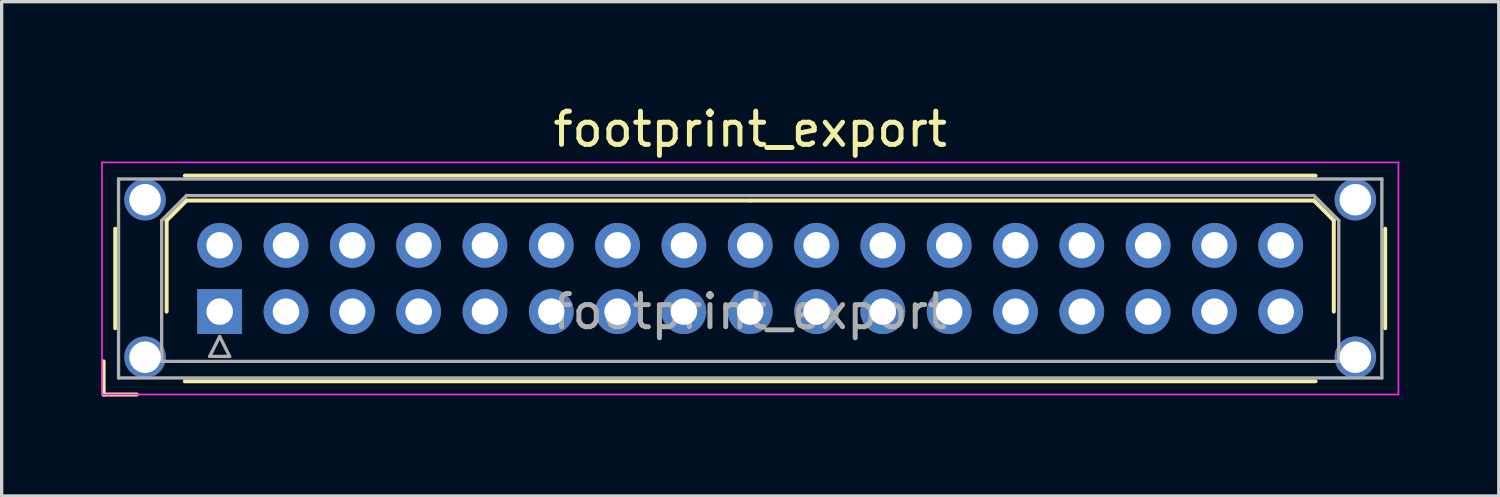
<source format=kicad_pcb>
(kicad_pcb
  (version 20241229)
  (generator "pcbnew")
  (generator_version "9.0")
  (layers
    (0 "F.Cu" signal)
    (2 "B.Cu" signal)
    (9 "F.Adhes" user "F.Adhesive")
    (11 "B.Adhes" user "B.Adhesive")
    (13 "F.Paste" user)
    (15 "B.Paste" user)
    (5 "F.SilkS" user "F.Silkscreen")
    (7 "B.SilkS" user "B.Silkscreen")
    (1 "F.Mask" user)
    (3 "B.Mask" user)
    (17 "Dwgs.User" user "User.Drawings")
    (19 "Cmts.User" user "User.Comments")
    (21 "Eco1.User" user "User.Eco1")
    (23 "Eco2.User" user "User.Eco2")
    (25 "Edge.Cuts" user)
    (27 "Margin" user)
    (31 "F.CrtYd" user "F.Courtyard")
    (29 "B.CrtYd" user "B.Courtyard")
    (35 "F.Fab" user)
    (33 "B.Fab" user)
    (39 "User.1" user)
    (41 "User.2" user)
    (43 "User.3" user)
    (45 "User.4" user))
  (footprint "footprint_export"
    (layer "F.Cu")
    (at 3.575 6.348)
    (property "Reference" "footprint_export" (at 16 -5.5 0) (layer "F.SilkS") (effects (font (size 1 1) (thickness 0.15))))
    (attr through_hole)
    (fp_line (start -3.5 1.5) (end -3.5 2.5) (stroke (width 0.12) (type solid)) (layer "F.SilkS"))
    (fp_line (start -3.5 2.5) (end -2.5 2.5) (stroke (width 0.12) (type solid)) (layer "F.SilkS"))
    (fp_line (start -3.15 -2.5) (end -3.15 0.5) (stroke (width 0.12) (type solid)) (layer "F.SilkS"))
    (fp_line (start -1.6 -2.75) (end -1 -3.35) (stroke (width 0.12) (type solid)) (layer "F.SilkS"))
    (fp_line (start -1.6 0) (end -1.6 -2.75) (stroke (width 0.12) (type solid)) (layer "F.SilkS"))
    (fp_line (start -1.05 -4.1) (end 33.05 -4.1) (stroke (width 0.12) (type solid)) (layer "F.SilkS"))
    (fp_line (start -1.05 2.1) (end 33.05 2.1) (stroke (width 0.12) (type solid)) (layer "F.SilkS"))
    (fp_line (start -1 -3.35) (end 16 -3.35) (stroke (width 0.12) (type solid)) (layer "F.SilkS"))
    (fp_line (start 33 -3.35) (end 16 -3.35) (stroke (width 0.12) (type solid)) (layer "F.SilkS"))
    (fp_line (start 33.6 -2.75) (end 33 -3.35) (stroke (width 0.12) (type solid)) (layer "F.SilkS"))
    (fp_line (start 33.6 0) (end 33.6 -2.75) (stroke (width 0.12) (type solid)) (layer "F.SilkS"))
    (fp_line (start 35.15 -2.5) (end 35.15 0.5) (stroke (width 0.12) (type solid)) (layer "F.SilkS"))
    (fp_line (start -3.55 -4.5) (end -3.55 2.5) (stroke (width 0.05) (type solid)) (layer "F.CrtYd"))
    (fp_line (start -3.55 2.5) (end 35.55 2.5) (stroke (width 0.05) (type solid)) (layer "F.CrtYd"))
    (fp_line (start 35.55 -4.5) (end -3.55 -4.5) (stroke (width 0.05) (type solid)) (layer "F.CrtYd"))
    (fp_line (start 35.55 2.5) (end 35.55 -4.5) (stroke (width 0.05) (type solid)) (layer "F.CrtYd"))
    (fp_line (start -3.05 -4) (end -3.05 2) (stroke (width 0.1) (type solid)) (layer "F.Fab"))
    (fp_line (start -3.05 2) (end 35.05 2) (stroke (width 0.1) (type solid)) (layer "F.Fab"))
    (fp_line (start -1.75 -2.75) (end -1 -3.5) (stroke (width 0.1) (type solid)) (layer "F.Fab"))
    (fp_line (start -1.75 1.5) (end -1.75 -2.75) (stroke (width 0.1) (type solid)) (layer "F.Fab"))
    (fp_line (start -1 -3.5) (end 33 -3.5) (stroke (width 0.1) (type solid)) (layer "F.Fab"))
    (fp_line (start -0.3 1.35) (end 0.3 1.35) (stroke (width 0.1) (type solid)) (layer "F.Fab"))
    (fp_line (start 0 0.75) (end -0.3 1.35) (stroke (width 0.1) (type solid)) (layer "F.Fab"))
    (fp_line (start 0.3 1.35) (end 0 0.75) (stroke (width 0.1) (type solid)) (layer "F.Fab"))
    (fp_line (start 33 -3.5) (end 33.75 -2.75) (stroke (width 0.1) (type solid)) (layer "F.Fab"))
    (fp_line (start 33.75 -2.75) (end 33.75 1.5) (stroke (width 0.1) (type solid)) (layer "F.Fab"))
    (fp_line (start 33.75 1.5) (end -1.75 1.5) (stroke (width 0.1) (type solid)) (layer "F.Fab"))
    (fp_line (start 35.05 -4) (end -3.05 -4) (stroke (width 0.1) (type solid)) (layer "F.Fab"))
    (fp_line (start 35.05 2) (end 35.05 -4) (stroke (width 0.1) (type solid)) (layer "F.Fab"))
    (fp_text user "${REFERENCE}" (at 16 0 0) (layer "F.Fab") (effects (font (size 1 1) (thickness 0.15))))
    (pad "" thru_hole circle (at -2.25 -3.375) (size 1.25 1.25) (drill 0.95) (layers "*.Cu" "*.Mask"))
    (pad "" thru_hole circle (at -2.25 1.375) (size 1.25 1.25) (drill 0.95) (layers "*.Cu" "*.Mask"))
    (pad "" thru_hole circle (at 34.25 -3.375) (size 1.25 1.25) (drill 0.95) (layers "*.Cu" "*.Mask"))
    (pad "" thru_hole circle (at 34.25 1.375) (size 1.25 1.25) (drill 0.95) (layers "*.Cu" "*.Mask"))
    (pad "1" thru_hole rect (at 0 0) (size 1.35 1.35) (drill 0.8) (layers "*.Cu" "*.Mask"))
    (pad "2" thru_hole circle (at 0 -2) (size 1.35 1.35) (drill 0.8) (layers "*.Cu" "*.Mask"))
    (pad "3" thru_hole circle (at 2 0) (size 1.35 1.35) (drill 0.8) (layers "*.Cu" "*.Mask"))
    (pad "4" thru_hole circle (at 2 -2) (size 1.35 1.35) (drill 0.8) (layers "*.Cu" "*.Mask"))
    (pad "5" thru_hole circle (at 4 0) (size 1.35 1.35) (drill 0.8) (layers "*.Cu" "*.Mask"))
    (pad "6" thru_hole circle (at 4 -2) (size 1.35 1.35) (drill 0.8) (layers "*.Cu" "*.Mask"))
    (pad "7" thru_hole circle (at 6 0) (size 1.35 1.35) (drill 0.8) (layers "*.Cu" "*.Mask"))
    (pad "8" thru_hole circle (at 6 -2) (size 1.35 1.35) (drill 0.8) (layers "*.Cu" "*.Mask"))
    (pad "9" thru_hole circle (at 8 0) (size 1.35 1.35) (drill 0.8) (layers "*.Cu" "*.Mask"))
    (pad "10" thru_hole circle (at 8 -2) (size 1.35 1.35) (drill 0.8) (layers "*.Cu" "*.Mask"))
    (pad "11" thru_hole circle (at 10 0) (size 1.35 1.35) (drill 0.8) (layers "*.Cu" "*.Mask"))
    (pad "12" thru_hole circle (at 10 -2) (size 1.35 1.35) (drill 0.8) (layers "*.Cu" "*.Mask"))
    (pad "13" thru_hole circle (at 12 0) (size 1.35 1.35) (drill 0.8) (layers "*.Cu" "*.Mask"))
    (pad "14" thru_hole circle (at 12 -2) (size 1.35 1.35) (drill 0.8) (layers "*.Cu" "*.Mask"))
    (pad "15" thru_hole circle (at 14 0) (size 1.35 1.35) (drill 0.8) (layers "*.Cu" "*.Mask"))
    (pad "16" thru_hole circle (at 14 -2) (size 1.35 1.35) (drill 0.8) (layers "*.Cu" "*.Mask"))
    (pad "17" thru_hole circle (at 16 0) (size 1.35 1.35) (drill 0.8) (layers "*.Cu" "*.Mask"))
    (pad "18" thru_hole circle (at 16 -2) (size 1.35 1.35) (drill 0.8) (layers "*.Cu" "*.Mask"))
    (pad "19" thru_hole circle (at 18 0) (size 1.35 1.35) (drill 0.8) (layers "*.Cu" "*.Mask"))
    (pad "20" thru_hole circle (at 18 -2) (size 1.35 1.35) (drill 0.8) (layers "*.Cu" "*.Mask"))
    (pad "21" thru_hole circle (at 20 0) (size 1.35 1.35) (drill 0.8) (layers "*.Cu" "*.Mask"))
    (pad "22" thru_hole circle (at 20 -2) (size 1.35 1.35) (drill 0.8) (layers "*.Cu" "*.Mask"))
    (pad "23" thru_hole circle (at 22 0) (size 1.35 1.35) (drill 0.8) (layers "*.Cu" "*.Mask"))
    (pad "24" thru_hole circle (at 22 -2) (size 1.35 1.35) (drill 0.8) (layers "*.Cu" "*.Mask"))
    (pad "25" thru_hole circle (at 24 0) (size 1.35 1.35) (drill 0.8) (layers "*.Cu" "*.Mask"))
    (pad "26" thru_hole circle (at 24 -2) (size 1.35 1.35) (drill 0.8) (layers "*.Cu" "*.Mask"))
    (pad "27" thru_hole circle (at 26 0) (size 1.35 1.35) (drill 0.8) (layers "*.Cu" "*.Mask"))
    (pad "28" thru_hole circle (at 26 -2) (size 1.35 1.35) (drill 0.8) (layers "*.Cu" "*.Mask"))
    (pad "29" thru_hole circle (at 28 0) (size 1.35 1.35) (drill 0.8) (layers "*.Cu" "*.Mask"))
    (pad "30" thru_hole circle (at 28 -2) (size 1.35 1.35) (drill 0.8) (layers "*.Cu" "*.Mask"))
    (pad "31" thru_hole circle (at 30 0) (size 1.35 1.35) (drill 0.8) (layers "*.Cu" "*.Mask"))
    (pad "32" thru_hole circle (at 30 -2) (size 1.35 1.35) (drill 0.8) (layers "*.Cu" "*.Mask"))
    (pad "33" thru_hole circle (at 32 0) (size 1.35 1.35) (drill 0.8) (layers "*.Cu" "*.Mask"))
    (pad "34" thru_hole circle (at 32 -2) (size 1.35 1.35) (drill 0.8) (layers "*.Cu" "*.Mask")))
  (gr_rect
    (start -3 -3)
    (end 42.15 11.908)
    (stroke (width 0.1) (type default))
    (fill no)
    (layer "Edge.Cuts")))
</source>
